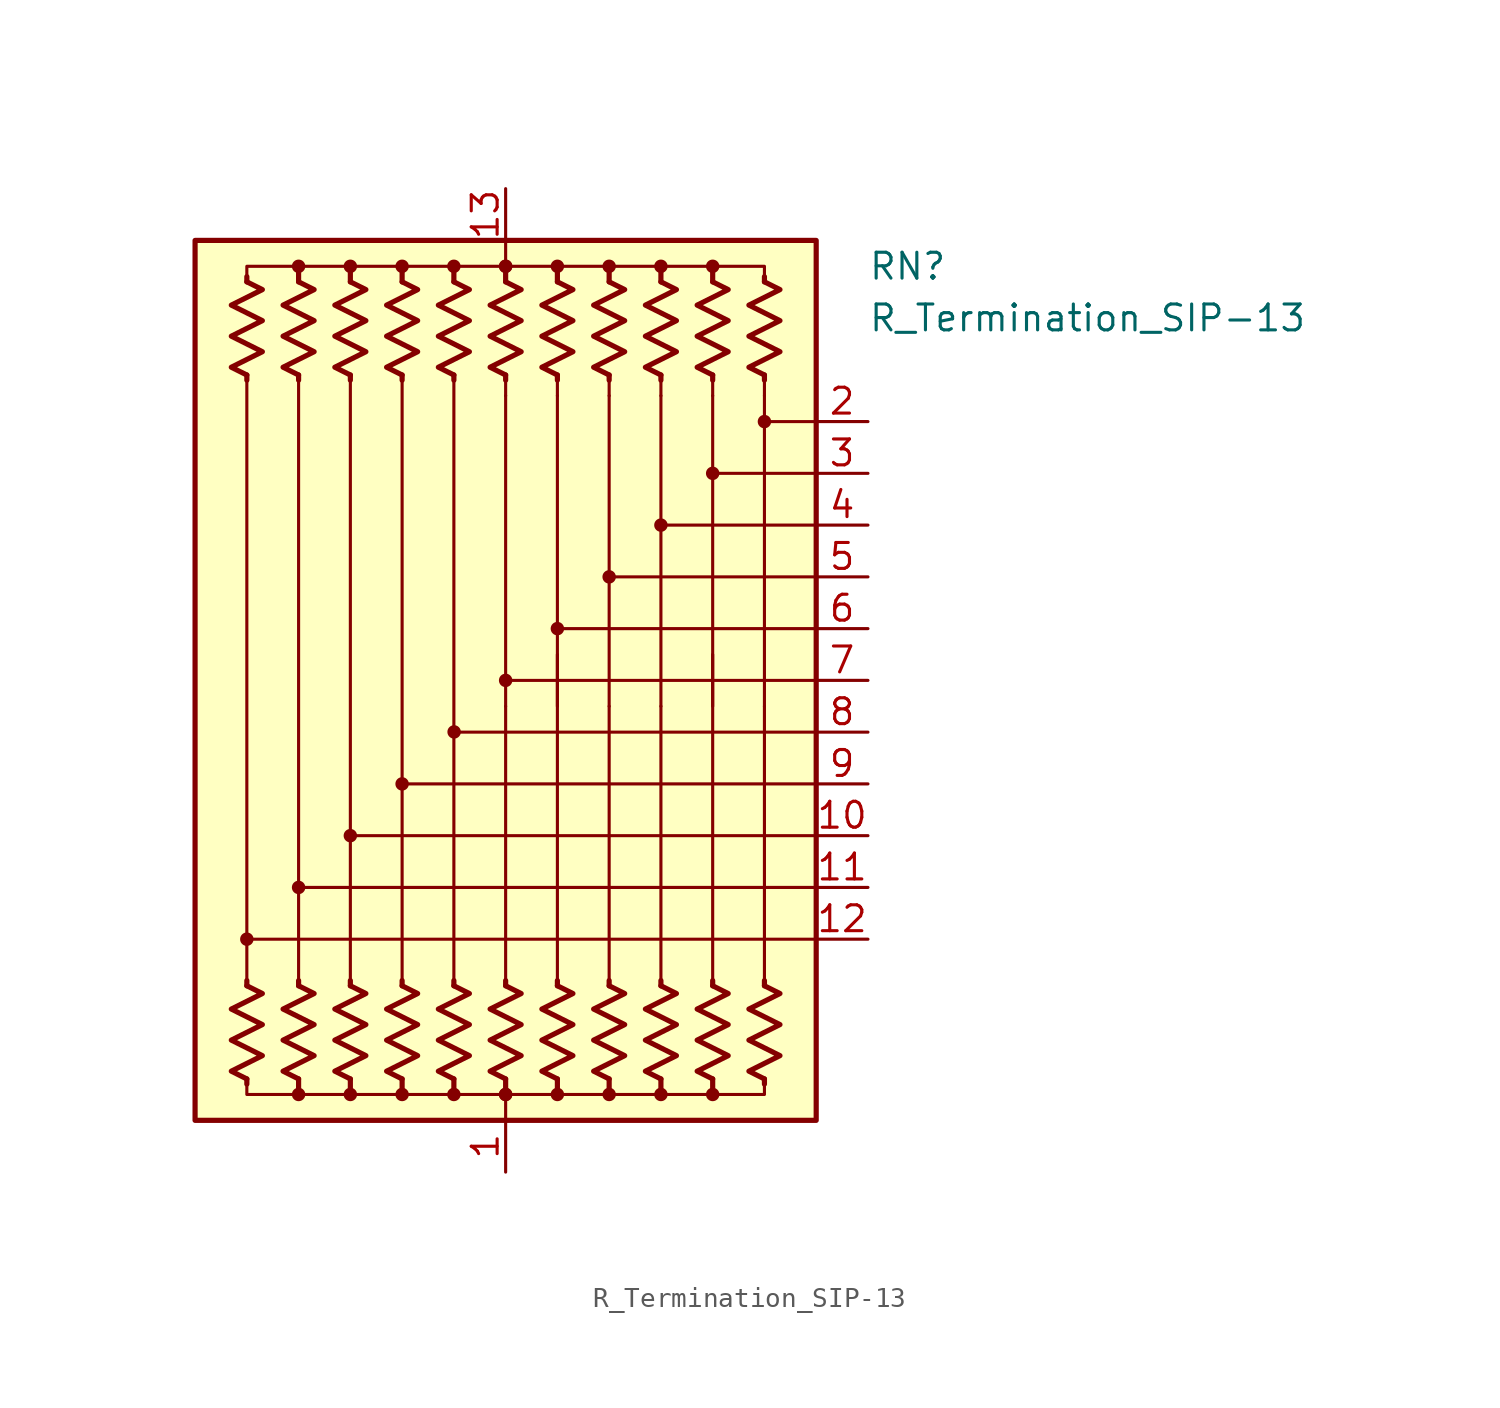
<source format=kicad_sym>
(kicad_symbol_lib
  (version 20220914)
  (generator kicad_symbol_editor)
  (symbol "R_Termination_SIP-13"
    (pin_names
      (offset 0.002) hide)
    (property "Reference" "RN"
      (at 17.78 20.32 0)
      (effects (font (size 1.27 1.27)) (justify left)))
    (property "Value" "R_Termination_SIP-13"
      (at 17.78 17.78 0)
      (effects (font (size 1.27 1.27)) (justify left)))
    (symbol "R_Termination_SIP-13_0_1"
      (rectangle (start -15.24 21.59) (end 15.24 -21.59) (stroke (width 0.254) (type default)) (fill (type background)))
      (circle (center -12.7 -12.7) (radius 0.254) (stroke (width 0) (type default)) (fill (type outline)))
      (circle (center -10.16 -20.32) (radius 0.254) (stroke (width 0) (type default)) (fill (type outline)))
      (circle (center -10.16 -10.16) (radius 0.254) (stroke (width 0) (type default)) (fill (type outline)))
      (circle (center -10.16 20.32) (radius 0.254) (stroke (width 0) (type default)) (fill (type outline)))
      (circle (center -7.62 -20.32) (radius 0.254) (stroke (width 0) (type default)) (fill (type outline)))
      (circle (center -7.62 -7.62) (radius 0.254) (stroke (width 0) (type default)) (fill (type outline)))
      (circle (center -7.62 20.32) (radius 0.254) (stroke (width 0) (type default)) (fill (type outline)))
      (circle (center -5.08 -20.32) (radius 0.254) (stroke (width 0) (type default)) (fill (type outline)))
      (circle (center -5.08 -5.08) (radius 0.254) (stroke (width 0) (type default)) (fill (type outline)))
      (circle (center -5.08 20.32) (radius 0.254) (stroke (width 0) (type default)) (fill (type outline)))
      (circle (center -2.54 -20.32) (radius 0.254) (stroke (width 0) (type default)) (fill (type outline)))
      (circle (center -2.54 20.32) (radius 0.254) (stroke (width 0) (type default)) (fill (type outline)))
      (circle (center -2.528 -2.529) (radius 0.254) (stroke (width 0) (type default)) (fill (type outline)))
      (circle (center 0 -20.32) (radius 0.254) (stroke (width 0) (type default)) (fill (type outline)))
      (circle (center 0 -20.32) (radius 0.254) (stroke (width 0) (type default)) (fill (type outline)))
      (polyline (pts (xy -12.7 -19.558) (xy -12.7 -19.812)) (stroke (width 0.254) (type default)) (fill (type none)))
      (polyline (pts (xy -12.7 -14.986) (xy -12.7 -14.732)) (stroke (width 0.254) (type default)) (fill (type none)))
      (polyline (pts (xy -12.7 14.986) (xy -12.7 -14.732)) (stroke (width 0) (type default)) (fill (type none)))
      (polyline (pts (xy -12.7 14.986) (xy -12.7 14.732)) (stroke (width 0.254) (type default)) (fill (type none)))
      (polyline (pts (xy -12.7 19.558) (xy -12.7 19.812)) (stroke (width 0.254) (type default)) (fill (type none)))
      (polyline (pts (xy -10.16 -19.558) (xy -10.16 -20.32)) (stroke (width 0.254) (type default)) (fill (type none)))
      (polyline (pts (xy -10.16 -14.986) (xy -10.16 -14.732)) (stroke (width 0.254) (type default)) (fill (type none)))
      (polyline (pts (xy -10.16 14.732) (xy -10.16 -14.732)) (stroke (width 0) (type default)) (fill (type none)))
      (polyline (pts (xy -10.16 14.986) (xy -10.16 14.732)) (stroke (width 0.254) (type default)) (fill (type none)))
      (polyline (pts (xy -10.16 19.558) (xy -10.16 20.066)) (stroke (width 0.254) (type default)) (fill (type none)))
      (polyline (pts (xy -7.62 -19.558) (xy -7.62 -20.32)) (stroke (width 0.254) (type default)) (fill (type none)))
      (polyline (pts (xy -7.62 -14.986) (xy -7.62 -14.732)) (stroke (width 0.254) (type default)) (fill (type none)))
      (polyline (pts (xy -7.62 14.732) (xy -7.62 -14.732)) (stroke (width 0) (type default)) (fill (type none)))
      (polyline (pts (xy -7.62 14.986) (xy -7.62 14.732)) (stroke (width 0.254) (type default)) (fill (type none)))
      (polyline (pts (xy -7.62 19.558) (xy -7.62 20.32)) (stroke (width 0.254) (type default)) (fill (type none)))
      (polyline (pts (xy -5.08 -19.558) (xy -5.08 -20.32)) (stroke (width 0.254) (type default)) (fill (type none)))
      (polyline (pts (xy -5.08 -14.986) (xy -5.08 -14.732)) (stroke (width 0.254) (type default)) (fill (type none)))
      (polyline (pts (xy -5.08 14.732) (xy -5.08 -14.732)) (stroke (width 0) (type default)) (fill (type none)))
      (polyline (pts (xy -5.08 14.986) (xy -5.08 14.732)) (stroke (width 0.254) (type default)) (fill (type none)))
      (polyline (pts (xy -5.08 19.558) (xy -5.08 20.32)) (stroke (width 0.254) (type default)) (fill (type none)))
      (polyline (pts (xy -2.54 -19.558) (xy -2.54 -20.32)) (stroke (width 0.254) (type default)) (fill (type none)))
      (polyline (pts (xy -2.54 -14.986) (xy -2.54 -14.732)) (stroke (width 0.254) (type default)) (fill (type none)))
      (polyline (pts (xy -2.54 14.986) (xy -2.54 -14.732)) (stroke (width 0) (type default)) (fill (type none)))
      (polyline (pts (xy -2.54 14.986) (xy -2.54 14.732)) (stroke (width 0.254) (type default)) (fill (type none)))
      (polyline (pts (xy -2.54 19.558) (xy -2.54 20.32)) (stroke (width 0.254) (type default)) (fill (type none)))
      (polyline (pts (xy 0 -21.59) (xy 0 -20.32)) (stroke (width 0) (type default)) (fill (type none)))
      (polyline (pts (xy 0 -19.558) (xy 0 -20.32)) (stroke (width 0.254) (type default)) (fill (type none)))
      (polyline (pts (xy 0 -14.986) (xy 0 -14.732)) (stroke (width 0.254) (type default)) (fill (type none)))
      (polyline (pts (xy 0 -14.986) (xy 0 -1.27)) (stroke (width 0) (type default)) (fill (type none)))
      (polyline (pts (xy 0 13.97) (xy 0 -1.27)) (stroke (width 0.152) (type default)) (fill (type none)))
      (polyline (pts (xy 0 14.986) (xy 0 13.97)) (stroke (width 0) (type default)) (fill (type none)))
      (polyline (pts (xy 0 14.986) (xy 0 14.732)) (stroke (width 0.254) (type default)) (fill (type none)))
      (polyline (pts (xy 0 19.558) (xy 0 20.32)) (stroke (width 0.254) (type default)) (fill (type none)))
      (polyline (pts (xy 0 21.59) (xy 0 20.32)) (stroke (width 0) (type default)) (fill (type none)))
      (polyline (pts (xy 2.54 -19.558) (xy 2.54 -20.32)) (stroke (width 0.254) (type default)) (fill (type none)))
      (polyline (pts (xy 2.54 -14.986) (xy 2.54 -14.732)) (stroke (width 0.254) (type default)) (fill (type none)))
      (polyline (pts (xy 2.54 -14.986) (xy 2.54 1.27)) (stroke (width 0) (type default)) (fill (type none)))
      (polyline (pts (xy 2.54 13.97) (xy 2.54 -1.27)) (stroke (width 0.152) (type default)) (fill (type none)))
      (polyline (pts (xy 2.54 14.986) (xy 2.54 13.97)) (stroke (width 0) (type default)) (fill (type none)))
      (polyline (pts (xy 2.54 14.986) (xy 2.54 14.732)) (stroke (width 0.254) (type default)) (fill (type none)))
      (polyline (pts (xy 2.54 19.558) (xy 2.54 20.32)) (stroke (width 0.254) (type default)) (fill (type none)))
      (polyline (pts (xy 5.08 -19.558) (xy 5.08 -20.32)) (stroke (width 0.254) (type default)) (fill (type none)))
      (polyline (pts (xy 5.08 -14.986) (xy 5.08 -14.732)) (stroke (width 0.254) (type default)) (fill (type none)))
      (polyline (pts (xy 5.08 -14.732) (xy 5.08 -1.27)) (stroke (width 0) (type default)) (fill (type none)))
      (polyline (pts (xy 5.08 13.97) (xy 5.08 -1.27)) (stroke (width 0.152) (type default)) (fill (type none)))
      (polyline (pts (xy 5.08 14.986) (xy 5.08 13.97)) (stroke (width 0) (type default)) (fill (type none)))
      (polyline (pts (xy 5.08 14.986) (xy 5.08 14.732)) (stroke (width 0.254) (type default)) (fill (type none)))
      (polyline (pts (xy 5.08 19.558) (xy 5.08 20.32)) (stroke (width 0.254) (type default)) (fill (type none)))
      (polyline (pts (xy 7.62 -19.558) (xy 7.62 -20.32)) (stroke (width 0.254) (type default)) (fill (type none)))
      (polyline (pts (xy 7.62 -14.986) (xy 7.62 -14.732)) (stroke (width 0.254) (type default)) (fill (type none)))
      (polyline (pts (xy 7.62 -14.986) (xy 7.62 -1.27)) (stroke (width 0) (type default)) (fill (type none)))
      (polyline (pts (xy 7.62 13.97) (xy 7.62 -1.27)) (stroke (width 0.152) (type default)) (fill (type none)))
      (polyline (pts (xy 7.62 14.986) (xy 7.62 13.97)) (stroke (width 0) (type default)) (fill (type none)))
      (polyline (pts (xy 7.62 14.986) (xy 7.62 14.732)) (stroke (width 0.254) (type default)) (fill (type none)))
      (polyline (pts (xy 7.62 19.558) (xy 7.62 20.32)) (stroke (width 0.254) (type default)) (fill (type none)))
      (polyline (pts (xy 10.16 -19.558) (xy 10.16 -20.32)) (stroke (width 0.254) (type default)) (fill (type none)))
      (polyline (pts (xy 10.16 -14.986) (xy 10.16 -14.732)) (stroke (width 0.254) (type default)) (fill (type none)))
      (polyline (pts (xy 10.16 -14.732) (xy 10.16 1.27)) (stroke (width 0) (type default)) (fill (type none)))
      (polyline (pts (xy 10.16 13.97) (xy 10.16 -1.27)) (stroke (width 0.152) (type default)) (fill (type none)))
      (polyline (pts (xy 10.16 14.986) (xy 10.16 13.97)) (stroke (width 0) (type default)) (fill (type none)))
      (polyline (pts (xy 10.16 14.986) (xy 10.16 14.732)) (stroke (width 0.254) (type default)) (fill (type none)))
      (polyline (pts (xy 10.16 19.558) (xy 10.16 20.32)) (stroke (width 0.254) (type default)) (fill (type none)))
      (polyline (pts (xy 12.7 -19.558) (xy 12.7 -19.812)) (stroke (width 0.254) (type default)) (fill (type none)))
      (polyline (pts (xy 12.7 -14.986) (xy 12.7 -14.732)) (stroke (width 0.254) (type default)) (fill (type none)))
      (polyline (pts (xy 12.7 -14.986) (xy 12.7 -1.27)) (stroke (width 0) (type default)) (fill (type none)))
      (polyline (pts (xy 12.7 13.97) (xy 12.7 -1.27)) (stroke (width 0.152) (type default)) (fill (type none)))
      (polyline (pts (xy 12.7 14.986) (xy 12.7 13.97)) (stroke (width 0) (type default)) (fill (type none)))
      (polyline (pts (xy 12.7 14.986) (xy 12.7 14.732)) (stroke (width 0.254) (type default)) (fill (type none)))
      (polyline (pts (xy 12.7 19.558) (xy 12.7 19.812)) (stroke (width 0.254) (type default)) (fill (type none)))
      (polyline (pts (xy 15.24 -12.7) (xy -12.7 -12.7)) (stroke (width 0.152) (type default)) (fill (type none)))
      (polyline (pts (xy 15.24 -10.16) (xy -10.16 -10.16)) (stroke (width 0.152) (type default)) (fill (type none)))
      (polyline (pts (xy 15.24 -7.62) (xy -7.62 -7.62)) (stroke (width 0.152) (type default)) (fill (type none)))
      (polyline (pts (xy 15.24 -5.08) (xy -5.08 -5.08)) (stroke (width 0.152) (type default)) (fill (type none)))
      (polyline (pts (xy 15.24 -2.54) (xy -2.54 -2.54)) (stroke (width 0.152) (type default)) (fill (type none)))
      (polyline (pts (xy 15.24 0) (xy 0 0)) (stroke (width 0.152) (type default)) (fill (type none)))
      (polyline (pts (xy 15.24 2.54) (xy 2.54 2.54)) (stroke (width 0.152) (type default)) (fill (type none)))
      (polyline (pts (xy 15.24 5.08) (xy 5.08 5.08)) (stroke (width 0.152) (type default)) (fill (type none)))
      (polyline (pts (xy 15.24 7.62) (xy 7.62 7.62)) (stroke (width 0.152) (type default)) (fill (type none)))
      (polyline (pts (xy 15.24 10.16) (xy 10.16 10.16)) (stroke (width 0.152) (type default)) (fill (type none)))
      (polyline (pts (xy 15.24 12.7) (xy 12.7 12.7)) (stroke (width 0.152) (type default)) (fill (type none)))
      (polyline (pts (xy -12.7 19.558) (xy -12.7 20.32) (xy -10.16 20.32) (xy -10.16 19.558)) (stroke (width 0) (type default)) (fill (type none)))
      (polyline (pts (xy -10.16 -19.558) (xy -10.16 -20.32) (xy -12.7 -20.32) (xy -12.7 -19.558)) (stroke (width 0) (type default)) (fill (type none)))
      (polyline (pts (xy -10.16 19.558) (xy -10.16 20.32) (xy -7.62 20.32) (xy -7.62 19.558)) (stroke (width 0) (type default)) (fill (type none)))
      (polyline (pts (xy -7.62 -19.558) (xy -7.62 -20.32) (xy -10.16 -20.32) (xy -10.16 -19.558)) (stroke (width 0) (type default)) (fill (type none)))
      (polyline (pts (xy -7.62 19.558) (xy -7.62 20.32) (xy -5.08 20.32) (xy -5.08 19.558)) (stroke (width 0) (type default)) (fill (type none)))
      (polyline (pts (xy -5.08 -19.558) (xy -5.08 -20.32) (xy -7.62 -20.32) (xy -7.62 -19.558)) (stroke (width 0) (type default)) (fill (type none)))
      (polyline (pts (xy -5.08 19.558) (xy -5.08 20.32) (xy -2.54 20.32) (xy -2.54 19.558)) (stroke (width 0) (type default)) (fill (type none)))
      (polyline (pts (xy -2.54 -19.558) (xy -2.54 -20.32) (xy -5.08 -20.32) (xy -5.08 -19.558)) (stroke (width 0) (type default)) (fill (type none)))
      (polyline (pts (xy -2.54 19.558) (xy -2.54 20.32) (xy 0 20.32) (xy 0 19.558)) (stroke (width 0) (type default)) (fill (type none)))
      (polyline (pts (xy 0 -19.558) (xy 0 -20.32) (xy -2.54 -20.32) (xy -2.54 -19.558)) (stroke (width 0) (type default)) (fill (type none)))
      (polyline (pts (xy 0 19.558) (xy 0 20.32) (xy 2.54 20.32) (xy 2.54 19.558)) (stroke (width 0) (type default)) (fill (type none)))
      (polyline (pts (xy 2.54 -19.558) (xy 2.54 -20.32) (xy 0 -20.32) (xy 0 -19.558)) (stroke (width 0) (type default)) (fill (type none)))
      (polyline (pts (xy 2.54 19.558) (xy 2.54 20.32) (xy 5.08 20.32) (xy 5.08 19.558)) (stroke (width 0) (type default)) (fill (type none)))
      (polyline (pts (xy 5.08 -19.558) (xy 5.08 -20.32) (xy 2.54 -20.32) (xy 2.54 -19.558)) (stroke (width 0) (type default)) (fill (type none)))
      (polyline (pts (xy 5.08 19.558) (xy 5.08 20.32) (xy 7.62 20.32) (xy 7.62 19.558)) (stroke (width 0) (type default)) (fill (type none)))
      (polyline (pts (xy 7.62 -19.558) (xy 7.62 -20.32) (xy 5.08 -20.32) (xy 5.08 -19.558)) (stroke (width 0) (type default)) (fill (type none)))
      (polyline (pts (xy 7.62 19.558) (xy 7.62 20.32) (xy 10.16 20.32) (xy 10.16 19.558)) (stroke (width 0) (type default)) (fill (type none)))
      (polyline (pts (xy 10.16 -19.558) (xy 10.16 -20.32) (xy 7.62 -20.32) (xy 7.62 -19.558)) (stroke (width 0) (type default)) (fill (type none)))
      (polyline (pts (xy 10.16 19.558) (xy 10.16 20.32) (xy 12.7 20.32) (xy 12.7 19.558)) (stroke (width 0) (type default)) (fill (type none)))
      (polyline (pts (xy 12.7 -19.558) (xy 12.7 -20.32) (xy 10.16 -20.32) (xy 10.16 -19.558)) (stroke (width 0) (type default)) (fill (type none)))
      (polyline (pts (xy -12.7 -14.986) (xy -11.938 -15.367) (xy -13.462 -16.129) (xy -12.7 -16.51) (xy -11.938 -16.891) (xy -12.7 -17.272) (xy -13.462 -17.653) (xy -12.7 -18.034) (xy -11.938 -18.415) (xy -12.7 -18.796) (xy -13.462 -19.177) (xy -12.7 -19.558)) (stroke (width 0.254) (type default)) (fill (type none)))
      (polyline (pts (xy -12.7 19.558) (xy -11.938 19.177) (xy -13.462 18.415) (xy -12.7 18.034) (xy -11.938 17.653) (xy -12.7 17.272) (xy -13.462 16.891) (xy -12.7 16.51) (xy -11.938 16.129) (xy -12.7 15.748) (xy -13.462 15.367) (xy -12.7 14.986)) (stroke (width 0.254) (type default)) (fill (type none)))
      (polyline (pts (xy -10.16 -14.986) (xy -9.398 -15.367) (xy -10.922 -16.129) (xy -10.16 -16.51) (xy -9.398 -16.891) (xy -10.16 -17.272) (xy -10.922 -17.653) (xy -10.16 -18.034) (xy -9.398 -18.415) (xy -10.16 -18.796) (xy -10.922 -19.177) (xy -10.16 -19.558)) (stroke (width 0.254) (type default)) (fill (type none)))
      (polyline (pts (xy -10.16 19.558) (xy -9.398 19.177) (xy -10.922 18.415) (xy -10.16 18.034) (xy -9.398 17.653) (xy -10.16 17.272) (xy -10.922 16.891) (xy -10.16 16.51) (xy -9.398 16.129) (xy -10.16 15.748) (xy -10.922 15.367) (xy -10.16 14.986)) (stroke (width 0.254) (type default)) (fill (type none)))
      (polyline (pts (xy -7.62 -14.986) (xy -6.858 -15.367) (xy -8.382 -16.129) (xy -7.62 -16.51) (xy -6.858 -16.891) (xy -7.62 -17.272) (xy -8.382 -17.653) (xy -7.62 -18.034) (xy -6.858 -18.415) (xy -7.62 -18.796) (xy -8.382 -19.177) (xy -7.62 -19.558)) (stroke (width 0.254) (type default)) (fill (type none)))
      (polyline (pts (xy -7.62 19.558) (xy -6.858 19.177) (xy -8.382 18.415) (xy -7.62 18.034) (xy -6.858 17.653) (xy -7.62 17.272) (xy -8.382 16.891) (xy -7.62 16.51) (xy -6.858 16.129) (xy -7.62 15.748) (xy -8.382 15.367) (xy -7.62 14.986)) (stroke (width 0.254) (type default)) (fill (type none)))
      (polyline (pts (xy -5.08 -14.986) (xy -4.318 -15.367) (xy -5.842 -16.129) (xy -5.08 -16.51) (xy -4.318 -16.891) (xy -5.08 -17.272) (xy -5.842 -17.653) (xy -5.08 -18.034) (xy -4.318 -18.415) (xy -5.08 -18.796) (xy -5.842 -19.177) (xy -5.08 -19.558)) (stroke (width 0.254) (type default)) (fill (type none)))
      (polyline (pts (xy -5.08 19.558) (xy -4.318 19.177) (xy -5.842 18.415) (xy -5.08 18.034) (xy -4.318 17.653) (xy -5.08 17.272) (xy -5.842 16.891) (xy -5.08 16.51) (xy -4.318 16.129) (xy -5.08 15.748) (xy -5.842 15.367) (xy -5.08 14.986)) (stroke (width 0.254) (type default)) (fill (type none)))
      (polyline (pts (xy -2.54 -14.986) (xy -1.778 -15.367) (xy -3.302 -16.129) (xy -2.54 -16.51) (xy -1.778 -16.891) (xy -2.54 -17.272) (xy -3.302 -17.653) (xy -2.54 -18.034) (xy -1.778 -18.415) (xy -2.54 -18.796) (xy -3.302 -19.177) (xy -2.54 -19.558)) (stroke (width 0.254) (type default)) (fill (type none)))
      (polyline (pts (xy -2.54 19.558) (xy -1.778 19.177) (xy -3.302 18.415) (xy -2.54 18.034) (xy -1.778 17.653) (xy -2.54 17.272) (xy -3.302 16.891) (xy -2.54 16.51) (xy -1.778 16.129) (xy -2.54 15.748) (xy -3.302 15.367) (xy -2.54 14.986)) (stroke (width 0.254) (type default)) (fill (type none)))
      (polyline (pts (xy 0 -14.986) (xy 0.762 -15.367) (xy -0.762 -16.129) (xy 0 -16.51) (xy 0.762 -16.891) (xy 0 -17.272) (xy -0.762 -17.653) (xy 0 -18.034) (xy 0.762 -18.415) (xy 0 -18.796) (xy -0.762 -19.177) (xy 0 -19.558)) (stroke (width 0.254) (type default)) (fill (type none)))
      (polyline (pts (xy 0 19.558) (xy 0.762 19.177) (xy -0.762 18.415) (xy 0 18.034) (xy 0.762 17.653) (xy 0 17.272) (xy -0.762 16.891) (xy 0 16.51) (xy 0.762 16.129) (xy 0 15.748) (xy -0.762 15.367) (xy 0 14.986)) (stroke (width 0.254) (type default)) (fill (type none)))
      (polyline (pts (xy 2.54 -14.986) (xy 3.302 -15.367) (xy 1.778 -16.129) (xy 2.54 -16.51) (xy 3.302 -16.891) (xy 2.54 -17.272) (xy 1.778 -17.653) (xy 2.54 -18.034) (xy 3.302 -18.415) (xy 2.54 -18.796) (xy 1.778 -19.177) (xy 2.54 -19.558)) (stroke (width 0.254) (type default)) (fill (type none)))
      (polyline (pts (xy 2.54 19.558) (xy 3.302 19.177) (xy 1.778 18.415) (xy 2.54 18.034) (xy 3.302 17.653) (xy 2.54 17.272) (xy 1.778 16.891) (xy 2.54 16.51) (xy 3.302 16.129) (xy 2.54 15.748) (xy 1.778 15.367) (xy 2.54 14.986)) (stroke (width 0.254) (type default)) (fill (type none)))
      (polyline (pts (xy 5.08 -14.986) (xy 5.842 -15.367) (xy 4.318 -16.129) (xy 5.08 -16.51) (xy 5.842 -16.891) (xy 5.08 -17.272) (xy 4.318 -17.653) (xy 5.08 -18.034) (xy 5.842 -18.415) (xy 5.08 -18.796) (xy 4.318 -19.177) (xy 5.08 -19.558)) (stroke (width 0.254) (type default)) (fill (type none)))
      (polyline (pts (xy 5.08 19.558) (xy 5.842 19.177) (xy 4.318 18.415) (xy 5.08 18.034) (xy 5.842 17.653) (xy 5.08 17.272) (xy 4.318 16.891) (xy 5.08 16.51) (xy 5.842 16.129) (xy 5.08 15.748) (xy 4.318 15.367) (xy 5.08 14.986)) (stroke (width 0.254) (type default)) (fill (type none)))
      (polyline (pts (xy 7.62 -14.986) (xy 8.382 -15.367) (xy 6.858 -16.129) (xy 7.62 -16.51) (xy 8.382 -16.891) (xy 7.62 -17.272) (xy 6.858 -17.653) (xy 7.62 -18.034) (xy 8.382 -18.415) (xy 7.62 -18.796) (xy 6.858 -19.177) (xy 7.62 -19.558)) (stroke (width 0.254) (type default)) (fill (type none)))
      (polyline (pts (xy 7.62 19.558) (xy 8.382 19.177) (xy 6.858 18.415) (xy 7.62 18.034) (xy 8.382 17.653) (xy 7.62 17.272) (xy 6.858 16.891) (xy 7.62 16.51) (xy 8.382 16.129) (xy 7.62 15.748) (xy 6.858 15.367) (xy 7.62 14.986)) (stroke (width 0.254) (type default)) (fill (type none)))
      (polyline (pts (xy 10.16 -14.986) (xy 10.922 -15.367) (xy 9.398 -16.129) (xy 10.16 -16.51) (xy 10.922 -16.891) (xy 10.16 -17.272) (xy 9.398 -17.653) (xy 10.16 -18.034) (xy 10.922 -18.415) (xy 10.16 -18.796) (xy 9.398 -19.177) (xy 10.16 -19.558)) (stroke (width 0.254) (type default)) (fill (type none)))
      (polyline (pts (xy 10.16 19.558) (xy 10.922 19.177) (xy 9.398 18.415) (xy 10.16 18.034) (xy 10.922 17.653) (xy 10.16 17.272) (xy 9.398 16.891) (xy 10.16 16.51) (xy 10.922 16.129) (xy 10.16 15.748) (xy 9.398 15.367) (xy 10.16 14.986)) (stroke (width 0.254) (type default)) (fill (type none)))
      (polyline (pts (xy 12.7 -14.986) (xy 13.462 -15.367) (xy 11.938 -16.129) (xy 12.7 -16.51) (xy 13.462 -16.891) (xy 12.7 -17.272) (xy 11.938 -17.653) (xy 12.7 -18.034) (xy 13.462 -18.415) (xy 12.7 -18.796) (xy 11.938 -19.177) (xy 12.7 -19.558)) (stroke (width 0.254) (type default)) (fill (type none)))
      (polyline (pts (xy 12.7 19.558) (xy 13.462 19.177) (xy 11.938 18.415) (xy 12.7 18.034) (xy 13.462 17.653) (xy 12.7 17.272) (xy 11.938 16.891) (xy 12.7 16.51) (xy 13.462 16.129) (xy 12.7 15.748) (xy 11.938 15.367) (xy 12.7 14.986)) (stroke (width 0.254) (type default)) (fill (type none)))
      (circle (center 0 0) (radius 0.254) (stroke (width 0) (type default)) (fill (type outline)))
      (circle (center 0 20.32) (radius 0.254) (stroke (width 0) (type default)) (fill (type outline)))
      (circle (center 0 20.32) (radius 0.254) (stroke (width 0) (type default)) (fill (type outline)))
      (circle (center 2.54 -20.32) (radius 0.254) (stroke (width 0) (type default)) (fill (type outline)))
      (circle (center 2.54 2.54) (radius 0.254) (stroke (width 0) (type default)) (fill (type outline)))
      (circle (center 2.54 20.32) (radius 0.254) (stroke (width 0) (type default)) (fill (type outline)))
      (circle (center 5.08 -20.32) (radius 0.254) (stroke (width 0) (type default)) (fill (type outline)))
      (circle (center 5.08 5.08) (radius 0.254) (stroke (width 0) (type default)) (fill (type outline)))
      (circle (center 5.08 20.32) (radius 0.254) (stroke (width 0) (type default)) (fill (type outline)))
      (circle (center 7.62 -20.32) (radius 0.254) (stroke (width 0) (type default)) (fill (type outline)))
      (circle (center 7.62 7.62) (radius 0.254) (stroke (width 0) (type default)) (fill (type outline)))
      (circle (center 7.62 20.32) (radius 0.254) (stroke (width 0) (type default)) (fill (type outline)))
      (circle (center 10.16 -20.32) (radius 0.254) (stroke (width 0) (type default)) (fill (type outline)))
      (circle (center 10.16 10.16) (radius 0.254) (stroke (width 0) (type default)) (fill (type outline)))
      (circle (center 10.16 20.32) (radius 0.254) (stroke (width 0) (type default)) (fill (type outline)))
      (circle (center 12.7 12.7) (radius 0.254) (stroke (width 0) (type default)) (fill (type outline))))
    (symbol "R_Termination_SIP-13_1_1"
      (pin passive line (at 0 -24.13 90) (length 2.54) (name "common" (effects (font (size 1.27 1.27)))) (number "1" (effects (font (size 1.27 1.27)))))
      (pin passive line (at 17.78 -7.62 180) (length 2.54) (name "R10" (effects (font (size 1.27 1.27)))) (number "10" (effects (font (size 1.27 1.27)))))
      (pin passive line (at 17.78 -10.16 180) (length 2.54) (name "R11" (effects (font (size 1.27 1.27)))) (number "11" (effects (font (size 1.27 1.27)))))
      (pin passive line (at 17.78 -12.7 180) (length 2.54) (name "R12" (effects (font (size 1.27 1.27)))) (number "12" (effects (font (size 1.27 1.27)))))
      (pin passive line (at 0 24.13 270) (length 2.54) (name "common" (effects (font (size 1.27 1.27)))) (number "13" (effects (font (size 1.27 1.27)))))
      (pin passive line (at 17.78 12.7 180) (length 2.54) (name "R2" (effects (font (size 1.27 1.27)))) (number "2" (effects (font (size 1.27 1.27)))))
      (pin passive line (at 17.78 10.16 180) (length 2.54) (name "R3" (effects (font (size 1.27 1.27)))) (number "3" (effects (font (size 1.27 1.27)))))
      (pin passive line (at 17.78 7.62 180) (length 2.54) (name "R4" (effects (font (size 1.27 1.27)))) (number "4" (effects (font (size 1.27 1.27)))))
      (pin passive line (at 17.78 5.08 180) (length 2.54) (name "R5" (effects (font (size 1.27 1.27)))) (number "5" (effects (font (size 1.27 1.27)))))
      (pin passive line (at 17.78 2.54 180) (length 2.54) (name "R6" (effects (font (size 1.27 1.27)))) (number "6" (effects (font (size 1.27 1.27)))))
      (pin passive line (at 17.78 0 180) (length 2.54) (name "R7" (effects (font (size 1.27 1.27)))) (number "7" (effects (font (size 1.27 1.27)))))
      (pin passive line (at 17.78 -2.54 180) (length 2.54) (name "R8" (effects (font (size 1.27 1.27)))) (number "8" (effects (font (size 1.27 1.27)))))
      (pin passive line (at 17.78 -5.08 180) (length 2.54) (name "R9" (effects (font (size 1.27 1.27)))) (number "9" (effects (font (size 1.27 1.27))))))))
</source>
